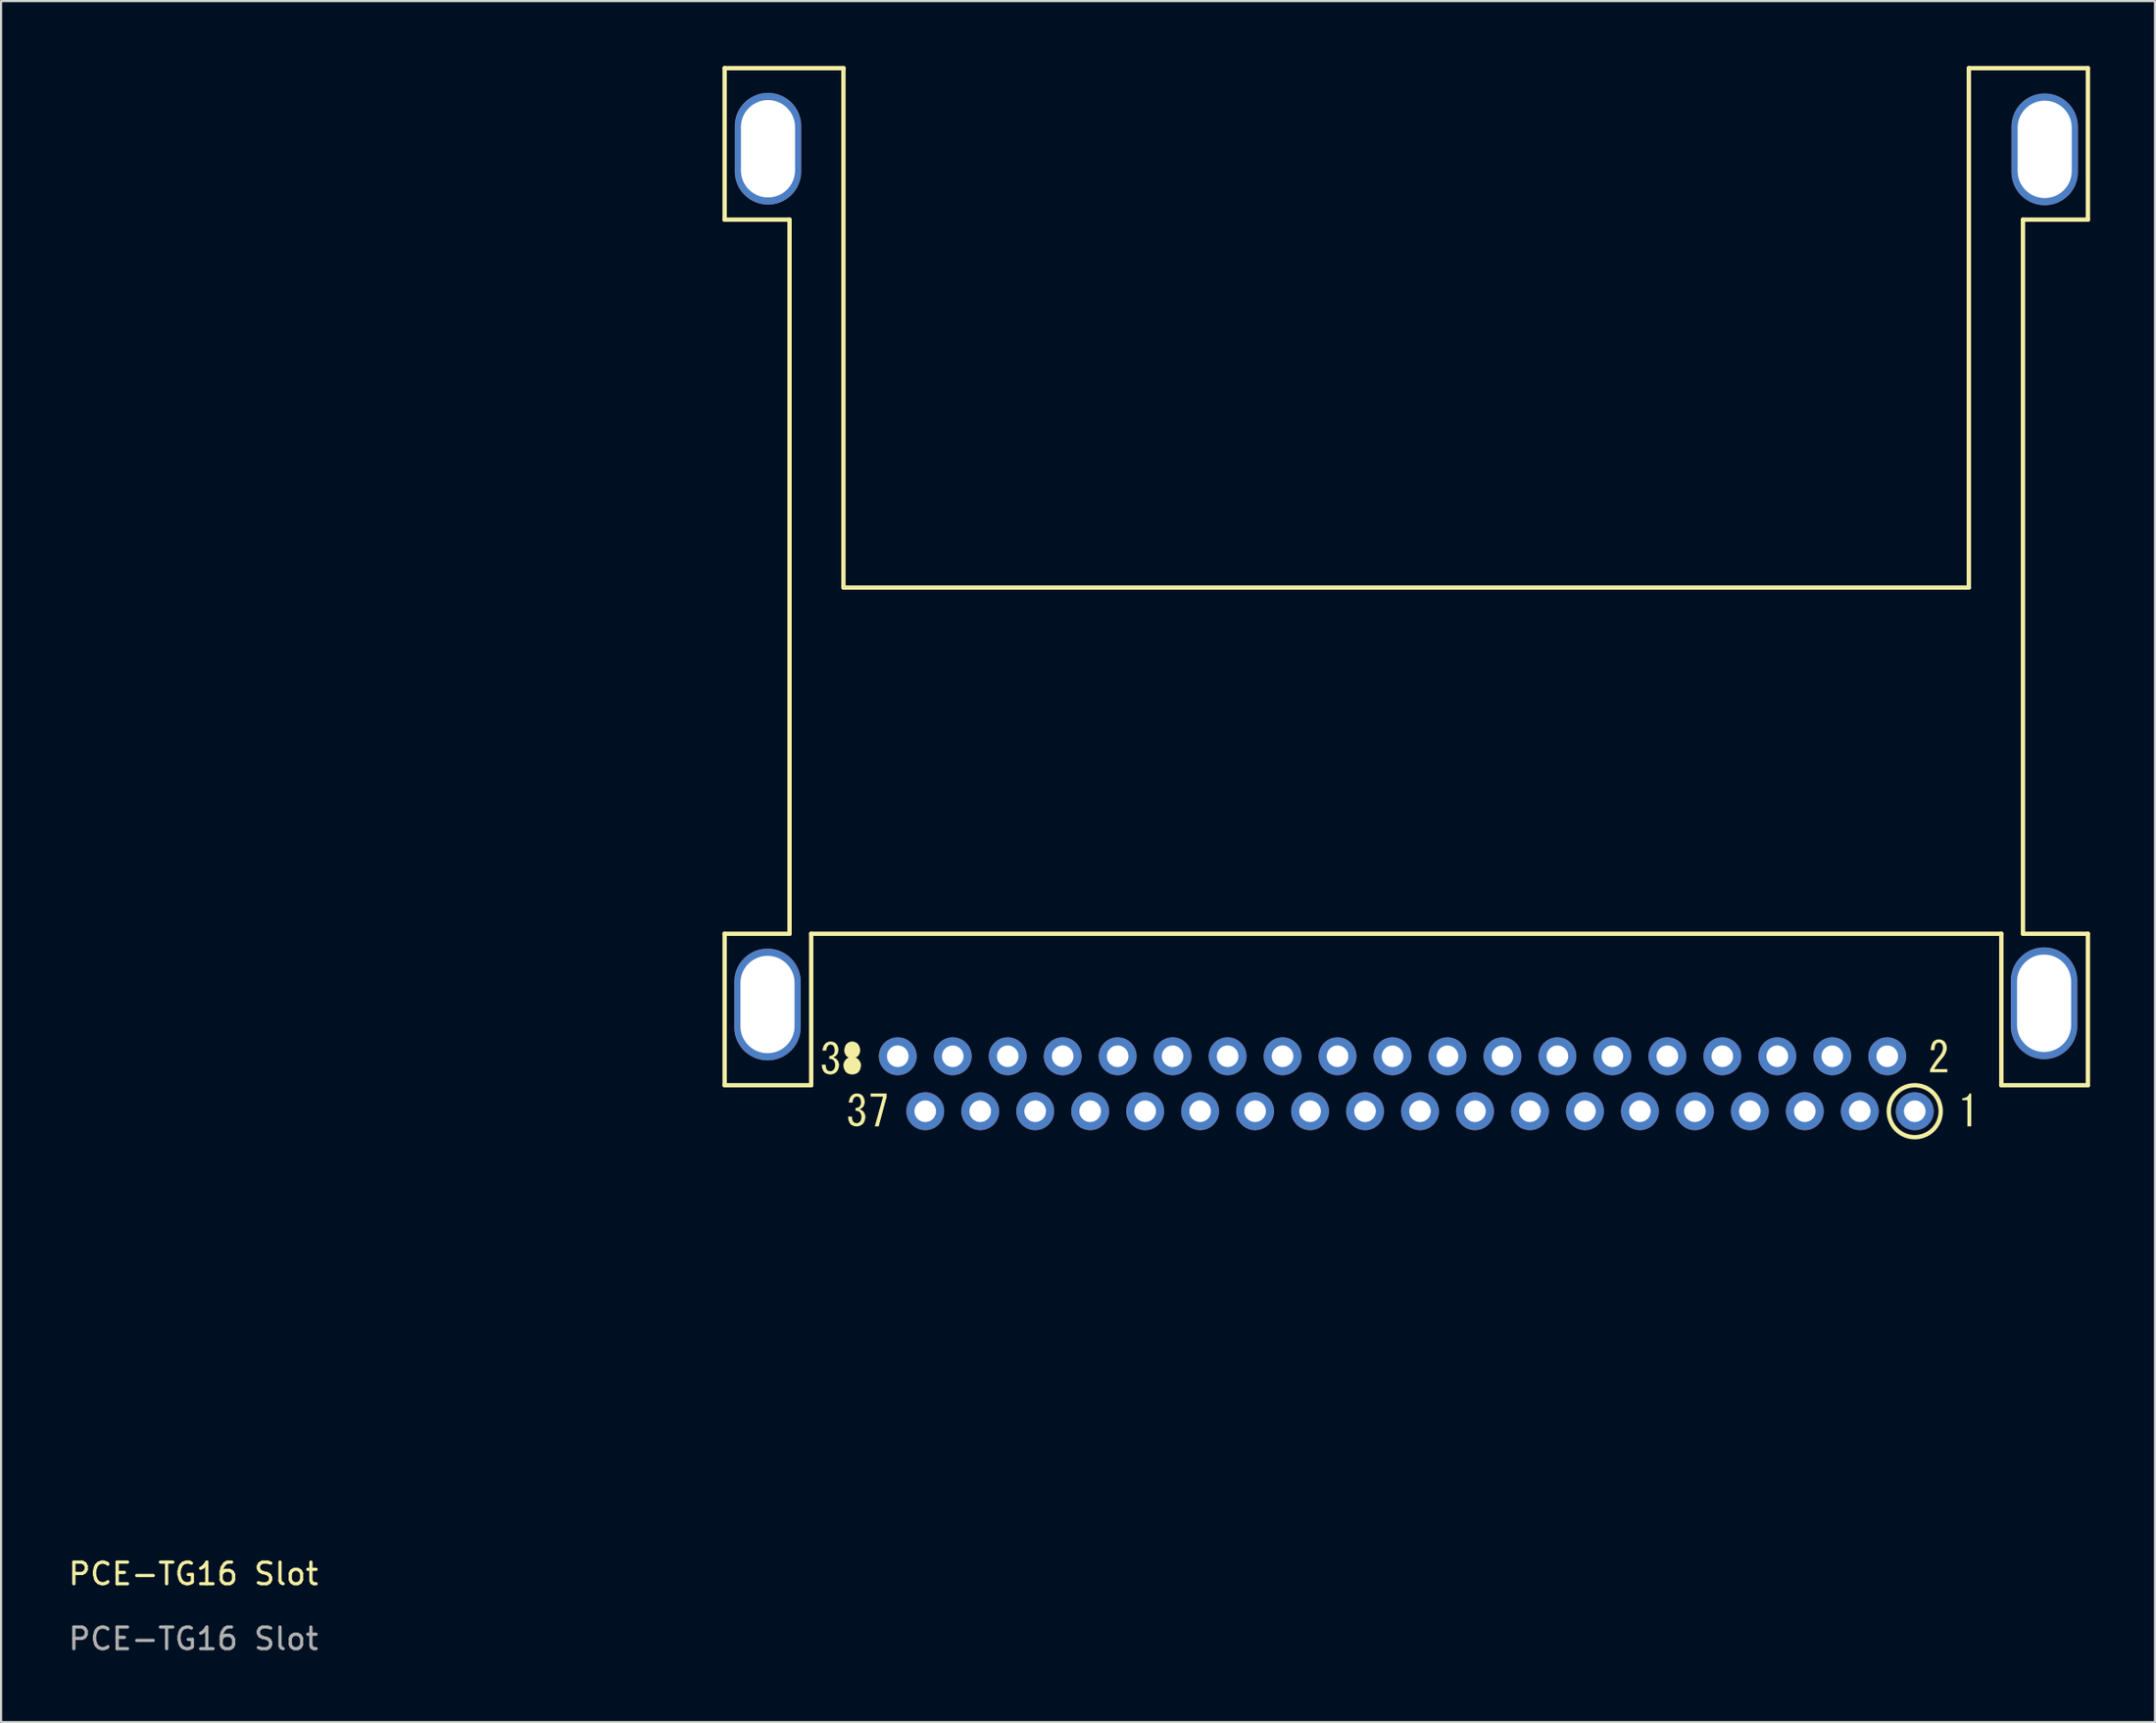
<source format=kicad_pcb>
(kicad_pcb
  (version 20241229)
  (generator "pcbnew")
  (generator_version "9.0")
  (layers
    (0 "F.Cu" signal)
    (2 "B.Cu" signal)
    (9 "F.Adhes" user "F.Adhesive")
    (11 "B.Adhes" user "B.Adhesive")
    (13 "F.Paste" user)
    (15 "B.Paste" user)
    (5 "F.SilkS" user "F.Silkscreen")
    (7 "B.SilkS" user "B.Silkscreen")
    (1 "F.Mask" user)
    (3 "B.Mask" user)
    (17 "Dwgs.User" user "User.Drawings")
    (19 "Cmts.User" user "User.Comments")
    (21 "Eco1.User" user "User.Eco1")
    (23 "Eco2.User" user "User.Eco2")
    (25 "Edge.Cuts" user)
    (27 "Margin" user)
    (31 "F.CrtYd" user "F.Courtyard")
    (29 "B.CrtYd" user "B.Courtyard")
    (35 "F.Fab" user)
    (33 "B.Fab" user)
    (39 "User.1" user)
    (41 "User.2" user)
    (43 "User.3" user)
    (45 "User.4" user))
  (footprint "PCE-TG16 Slot"
    (layer "F.Cu")
    (at 5.887 70.18)
    (property "Reference" "PCE-TG16 Slot" (at 0 -0.5 0) (unlocked yes) (layer "F.SilkS") (effects (font (size 1 1) (thickness 0.15))))
    (fp_line (start 24.545 -70.08) (end 30.045 -70.08) (stroke (width 0.2) (type solid)) (layer "F.SilkS"))
    (fp_line (start 24.545 -63.08) (end 24.545 -70.08) (stroke (width 0.2) (type solid)) (layer "F.SilkS"))
    (fp_line (start 24.545 -63.08) (end 27.545 -63.08) (stroke (width 0.2) (type solid)) (layer "F.SilkS"))
    (fp_line (start 24.545 -30.08) (end 27.545 -30.08) (stroke (width 0.2) (type solid)) (layer "F.SilkS"))
    (fp_line (start 24.545 -23.08) (end 24.545 -30.08) (stroke (width 0.2) (type solid)) (layer "F.SilkS"))
    (fp_line (start 24.545 -23.08) (end 28.545 -23.08) (stroke (width 0.2) (type solid)) (layer "F.SilkS"))
    (fp_line (start 27.545 -30.08) (end 27.545 -63.08) (stroke (width 0.2) (type solid)) (layer "F.SilkS"))
    (fp_line (start 28.545 -30.08) (end 83.535 -30.08) (stroke (width 0.2) (type solid)) (layer "F.SilkS"))
    (fp_line (start 28.545 -23.08) (end 28.545 -30.08) (stroke (width 0.2) (type solid)) (layer "F.SilkS"))
    (fp_line (start 30.035 -46.08) (end 30.035 -70.07) (stroke (width 0.2) (type solid)) (layer "F.SilkS"))
    (fp_line (start 30.035 -46.08) (end 82.035 -46.08) (stroke (width 0.2) (type solid)) (layer "F.SilkS"))
    (fp_line (start 82.035 -70.08) (end 87.535 -70.08) (stroke (width 0.2) (type solid)) (layer "F.SilkS"))
    (fp_line (start 82.035 -46.08) (end 82.035 -70.08) (stroke (width 0.2) (type solid)) (layer "F.SilkS"))
    (fp_line (start 83.535 -23.08) (end 83.535 -30.08) (stroke (width 0.2) (type solid)) (layer "F.SilkS"))
    (fp_line (start 83.535 -23.08) (end 87.535 -23.08) (stroke (width 0.2) (type solid)) (layer "F.SilkS"))
    (fp_line (start 84.535 -63.08) (end 84.535 -30.08) (stroke (width 0.2) (type solid)) (layer "F.SilkS"))
    (fp_line (start 84.535 -63.08) (end 87.535 -63.08) (stroke (width 0.2) (type solid)) (layer "F.SilkS"))
    (fp_line (start 84.535 -30.08) (end 87.535 -30.08) (stroke (width 0.2) (type solid)) (layer "F.SilkS"))
    (fp_line (start 87.535 -63.08) (end 87.535 -70.08) (stroke (width 0.2) (type solid)) (layer "F.SilkS"))
    (fp_line (start 87.535 -23.08) (end 87.535 -30.08) (stroke (width 0.2) (type solid)) (layer "F.SilkS"))
    (fp_circle (center 79.535 -21.88) (end 80.735 -21.88) (stroke (width 0.2) (type solid)) (fill no) (layer "F.SilkS"))
    (fp_poly (pts (xy 32.03 -22.538) (xy 31.663 -21.18) (xy 31.483 -21.18) (xy 31.866 -22.553) (xy 31.289 -22.553) (xy 31.289 -22.701) (xy 32.03 -22.701)) (stroke (width 0) (type solid)) (fill yes) (layer "F.SilkS"))
    (fp_poly (pts (xy 82.147 -21.18) (xy 81.968 -21.18) (xy 81.968 -21.789) (xy 81.968 -22.389) (xy 81.733 -22.389) (xy 81.733 -22.482) (xy 81.746 -22.482) (xy 81.758 -22.484) (xy 81.776 -22.486) (xy 81.799 -22.489) (xy 81.822 -22.493) (xy 81.848 -22.5) (xy 81.876 -22.51) (xy 81.904 -22.521) (xy 81.932 -22.536) (xy 81.958 -22.553) (xy 81.984 -22.575) (xy 82.007 -22.6) (xy 82.026 -22.629) (xy 82.043 -22.663) (xy 82.054 -22.701) (xy 82.147 -22.701)) (stroke (width 0) (type solid)) (fill yes) (layer "F.SilkS"))
    (fp_poly (pts (xy 30.44 -24.96) (xy 30.433 -24.96) (xy 30.427 -24.959) (xy 30.412 -24.957) (xy 30.394 -24.953) (xy 30.373 -24.947) (xy 30.351 -24.938) (xy 30.329 -24.924) (xy 30.307 -24.906) (xy 30.307 -24.904) (xy 30.304 -24.903) (xy 30.301 -24.899) (xy 30.297 -24.893) (xy 30.293 -24.886) (xy 30.287 -24.878) (xy 30.282 -24.867) (xy 30.276 -24.856) (xy 30.269 -24.841) (xy 30.264 -24.825) (xy 30.258 -24.807) (xy 30.254 -24.788) (xy 30.25 -24.766) (xy 30.247 -24.742) (xy 30.246 -24.716) (xy 30.244 -24.688) (xy 30.244 -24.68) (xy 30.244 -24.678) (xy 30.244 -24.674) (xy 30.244 -24.666) (xy 30.246 -24.657) (xy 30.246 -24.645) (xy 30.247 -24.633) (xy 30.253 -24.602) (xy 30.26 -24.569) (xy 30.271 -24.535) (xy 30.286 -24.504) (xy 30.296 -24.49) (xy 30.307 -24.477) (xy 30.309 -24.474) (xy 30.317 -24.469) (xy 30.329 -24.459) (xy 30.344 -24.45) (xy 30.364 -24.44) (xy 30.386 -24.43) (xy 30.412 -24.424) (xy 30.44 -24.422) (xy 30.447 -24.422) (xy 30.452 -24.423) (xy 30.468 -24.424) (xy 30.486 -24.429) (xy 30.506 -24.436) (xy 30.529 -24.445) (xy 30.551 -24.459) (xy 30.573 -24.477) (xy 30.574 -24.479) (xy 30.576 -24.48) (xy 30.579 -24.484) (xy 30.583 -24.49) (xy 30.587 -24.497) (xy 30.593 -24.505) (xy 30.598 -24.515) (xy 30.605 -24.526) (xy 30.61 -24.54) (xy 30.616 -24.553) (xy 30.622 -24.57) (xy 30.626 -24.59) (xy 30.63 -24.609) (xy 30.633 -24.631) (xy 30.636 -24.655) (xy 30.636 -24.68) (xy 30.636 -24.688) (xy 30.636 -24.689) (xy 30.636 -24.695) (xy 30.636 -24.703) (xy 30.634 -24.713) (xy 30.634 -24.726) (xy 30.633 -24.741) (xy 30.63 -24.756) (xy 30.627 -24.774) (xy 30.62 -24.81) (xy 30.609 -24.846) (xy 30.602 -24.863) (xy 30.594 -24.878) (xy 30.584 -24.893) (xy 30.573 -24.906) (xy 30.57 -24.909) (xy 30.563 -24.914) (xy 30.551 -24.922) (xy 30.536 -24.933) (xy 30.516 -24.943) (xy 30.494 -24.951) (xy 30.468 -24.957)) (stroke (width 0) (type solid)) (fill yes) (layer "F.SilkS"))
    (fp_poly (pts (xy 30.455 -24.29) (xy 30.432 -24.29) (xy 30.426 -24.289) (xy 30.409 -24.287) (xy 30.389 -24.282) (xy 30.366 -24.275) (xy 30.341 -24.264) (xy 30.317 -24.248) (xy 30.304 -24.239) (xy 30.291 -24.228) (xy 30.29 -24.226) (xy 30.289 -24.224) (xy 30.285 -24.219) (xy 30.279 -24.214) (xy 30.273 -24.205) (xy 30.267 -24.196) (xy 30.26 -24.185) (xy 30.253 -24.172) (xy 30.246 -24.157) (xy 30.239 -24.142) (xy 30.232 -24.124) (xy 30.226 -24.106) (xy 30.221 -24.085) (xy 30.217 -24.064) (xy 30.215 -24.04) (xy 30.214 -24.017) (xy 30.214 -24.015) (xy 30.214 -24.01) (xy 30.214 -24.002) (xy 30.215 -23.992) (xy 30.217 -23.978) (xy 30.218 -23.963) (xy 30.221 -23.946) (xy 30.224 -23.929) (xy 30.233 -23.891) (xy 30.247 -23.852) (xy 30.256 -23.832) (xy 30.267 -23.814) (xy 30.278 -23.798) (xy 30.291 -23.782) (xy 30.293 -23.782) (xy 30.294 -23.78) (xy 30.303 -23.773) (xy 30.317 -23.763) (xy 30.333 -23.752) (xy 30.355 -23.739) (xy 30.38 -23.73) (xy 30.409 -23.723) (xy 30.425 -23.721) (xy 30.44 -23.72) (xy 30.448 -23.72) (xy 30.454 -23.721) (xy 30.47 -23.723) (xy 30.491 -23.728) (xy 30.513 -23.735) (xy 30.538 -23.746) (xy 30.565 -23.762) (xy 30.576 -23.771) (xy 30.588 -23.782) (xy 30.59 -23.784) (xy 30.591 -23.787) (xy 30.595 -23.791) (xy 30.601 -23.798) (xy 30.606 -23.805) (xy 30.613 -23.816) (xy 30.62 -23.827) (xy 30.627 -23.841) (xy 30.634 -23.856) (xy 30.641 -23.874) (xy 30.648 -23.893) (xy 30.654 -23.914) (xy 30.659 -23.936) (xy 30.663 -23.961) (xy 30.665 -23.989) (xy 30.666 -24.017) (xy 30.666 -24.018) (xy 30.666 -24.022) (xy 30.666 -24.029) (xy 30.665 -24.039) (xy 30.663 -24.05) (xy 30.662 -24.063) (xy 30.659 -24.076) (xy 30.656 -24.093) (xy 30.646 -24.126) (xy 30.633 -24.161) (xy 30.624 -24.179) (xy 30.615 -24.196) (xy 30.602 -24.212) (xy 30.588 -24.228) (xy 30.588 -24.229) (xy 30.585 -24.23) (xy 30.577 -24.237) (xy 30.565 -24.247) (xy 30.547 -24.259) (xy 30.524 -24.271) (xy 30.5 -24.28) (xy 30.47 -24.287)) (stroke (width 0) (type solid)) (fill yes) (layer "F.SilkS"))
    (fp_poly (pts (xy 80.68 -25.2) (xy 80.693 -25.198) (xy 80.708 -25.196) (xy 80.725 -25.193) (xy 80.743 -25.189) (xy 80.762 -25.183) (xy 80.781 -25.176) (xy 80.802 -25.168) (xy 80.823 -25.158) (xy 80.844 -25.147) (xy 80.865 -25.133) (xy 80.885 -25.118) (xy 80.905 -25.1) (xy 80.906 -25.099) (xy 80.909 -25.095) (xy 80.915 -25.089) (xy 80.921 -25.079) (xy 80.93 -25.068) (xy 80.939 -25.056) (xy 80.949 -25.039) (xy 80.96 -25.021) (xy 80.97 -25) (xy 80.98 -24.978) (xy 80.989 -24.953) (xy 80.998 -24.925) (xy 81.005 -24.896) (xy 81.01 -24.864) (xy 81.013 -24.831) (xy 81.014 -24.795) (xy 81.014 -24.792) (xy 81.014 -24.785) (xy 81.013 -24.773) (xy 81.012 -24.756) (xy 81.007 -24.735) (xy 81.003 -24.71) (xy 80.996 -24.683) (xy 80.988 -24.652) (xy 80.977 -24.617) (xy 80.963 -24.581) (xy 80.946 -24.543) (xy 80.926 -24.502) (xy 80.902 -24.461) (xy 80.873 -24.416) (xy 80.841 -24.372) (xy 80.804 -24.328) (xy 80.804 -24.326) (xy 80.801 -24.325) (xy 80.798 -24.321) (xy 80.794 -24.317) (xy 80.781 -24.303) (xy 80.766 -24.283) (xy 80.747 -24.261) (xy 80.725 -24.233) (xy 80.7 -24.203) (xy 80.672 -24.168) (xy 80.643 -24.132) (xy 80.612 -24.092) (xy 80.582 -24.052) (xy 80.55 -24.009) (xy 80.487 -23.919) (xy 80.458 -23.874) (xy 80.429 -23.828) (xy 81.038 -23.828) (xy 81.038 -23.68) (xy 80.242 -23.68) (xy 80.242 -23.805) (xy 80.242 -23.806) (xy 80.245 -23.809) (xy 80.246 -23.813) (xy 80.25 -23.82) (xy 80.254 -23.828) (xy 80.26 -23.838) (xy 80.267 -23.849) (xy 80.274 -23.862) (xy 80.282 -23.877) (xy 80.292 -23.892) (xy 80.313 -23.927) (xy 80.338 -23.967) (xy 80.365 -24.01) (xy 80.396 -24.059) (xy 80.429 -24.108) (xy 80.467 -24.161) (xy 80.505 -24.217) (xy 80.547 -24.272) (xy 80.591 -24.329) (xy 80.639 -24.387) (xy 80.687 -24.444) (xy 80.689 -24.445) (xy 80.694 -24.452) (xy 80.701 -24.461) (xy 80.711 -24.475) (xy 80.722 -24.49) (xy 80.734 -24.508) (xy 80.748 -24.53) (xy 80.762 -24.554) (xy 80.776 -24.58) (xy 80.788 -24.608) (xy 80.801 -24.637) (xy 80.812 -24.669) (xy 80.822 -24.701) (xy 80.829 -24.734) (xy 80.834 -24.769) (xy 80.835 -24.803) (xy 80.835 -24.805) (xy 80.835 -24.809) (xy 80.835 -24.816) (xy 80.834 -24.826) (xy 80.833 -24.837) (xy 80.831 -24.849) (xy 80.83 -24.863) (xy 80.827 -24.878) (xy 80.819 -24.91) (xy 80.806 -24.945) (xy 80.798 -24.961) (xy 80.788 -24.977) (xy 80.777 -24.992) (xy 80.765 -25.006) (xy 80.762 -25.007) (xy 80.756 -25.013) (xy 80.745 -25.021) (xy 80.731 -25.029) (xy 80.713 -25.038) (xy 80.693 -25.046) (xy 80.668 -25.052) (xy 80.64 -25.053) (xy 80.637 -25.053) (xy 80.629 -25.052) (xy 80.616 -25.05) (xy 80.601 -25.045) (xy 80.582 -25.038) (xy 80.561 -25.027) (xy 80.539 -25.011) (xy 80.526 -25.002) (xy 80.515 -24.991) (xy 80.514 -24.989) (xy 80.512 -24.988) (xy 80.508 -24.982) (xy 80.504 -24.977) (xy 80.499 -24.967) (xy 80.493 -24.957) (xy 80.486 -24.943) (xy 80.481 -24.928) (xy 80.474 -24.91) (xy 80.467 -24.889) (xy 80.461 -24.866) (xy 80.456 -24.839) (xy 80.451 -24.81) (xy 80.447 -24.777) (xy 80.446 -24.741) (xy 80.444 -24.702) (xy 80.274 -24.702) (xy 80.274 -24.703) (xy 80.274 -24.705) (xy 80.274 -24.709) (xy 80.274 -24.715) (xy 80.275 -24.728) (xy 80.277 -24.748) (xy 80.279 -24.771) (xy 80.282 -24.798) (xy 80.288 -24.827) (xy 80.293 -24.857) (xy 80.3 -24.891) (xy 80.308 -24.924) (xy 80.32 -24.957) (xy 80.332 -24.991) (xy 80.347 -25.024) (xy 80.364 -25.054) (xy 80.383 -25.082) (xy 80.406 -25.107) (xy 80.407 -25.108) (xy 80.41 -25.111) (xy 80.415 -25.115) (xy 80.422 -25.122) (xy 80.432 -25.129) (xy 80.443 -25.137) (xy 80.457 -25.146) (xy 80.472 -25.154) (xy 80.489 -25.163) (xy 80.508 -25.172) (xy 80.529 -25.179) (xy 80.551 -25.186) (xy 80.575 -25.193) (xy 80.6 -25.197) (xy 80.627 -25.2) (xy 80.655 -25.201) (xy 80.669 -25.201)) (stroke (width 0) (type solid)) (fill yes) (layer "F.SilkS"))
    (fp_poly (pts (xy 30.465 -25.1) (xy 30.477 -25.099) (xy 30.493 -25.096) (xy 30.509 -25.093) (xy 30.527 -25.089) (xy 30.547 -25.083) (xy 30.566 -25.076) (xy 30.587 -25.068) (xy 30.608 -25.058) (xy 30.628 -25.047) (xy 30.649 -25.033) (xy 30.67 -25.018) (xy 30.689 -25) (xy 30.691 -24.999) (xy 30.695 -24.994) (xy 30.701 -24.988) (xy 30.708 -24.979) (xy 30.717 -24.967) (xy 30.727 -24.953) (xy 30.737 -24.936) (xy 30.748 -24.917) (xy 30.759 -24.896) (xy 30.769 -24.872) (xy 30.78 -24.846) (xy 30.788 -24.818) (xy 30.795 -24.789) (xy 30.8 -24.757) (xy 30.805 -24.724) (xy 30.806 -24.688) (xy 30.806 -24.68) (xy 30.806 -24.678) (xy 30.806 -24.673) (xy 30.806 -24.666) (xy 30.805 -24.655) (xy 30.803 -24.642) (xy 30.8 -24.627) (xy 30.796 -24.61) (xy 30.792 -24.592) (xy 30.787 -24.572) (xy 30.78 -24.552) (xy 30.771 -24.53) (xy 30.76 -24.508) (xy 30.748 -24.487) (xy 30.734 -24.465) (xy 30.717 -24.443) (xy 30.698 -24.422) (xy 30.697 -24.42) (xy 30.691 -24.415) (xy 30.681 -24.408) (xy 30.67 -24.4) (xy 30.655 -24.39) (xy 30.638 -24.379) (xy 30.617 -24.369) (xy 30.595 -24.359) (xy 30.597 -24.359) (xy 30.598 -24.358) (xy 30.602 -24.357) (xy 30.608 -24.355) (xy 30.62 -24.35) (xy 30.637 -24.341) (xy 30.656 -24.33) (xy 30.678 -24.316) (xy 30.699 -24.301) (xy 30.72 -24.282) (xy 30.721 -24.28) (xy 30.726 -24.276) (xy 30.731 -24.269) (xy 30.739 -24.259) (xy 30.749 -24.248) (xy 30.76 -24.235) (xy 30.771 -24.219) (xy 30.782 -24.201) (xy 30.794 -24.183) (xy 30.806 -24.162) (xy 30.816 -24.14) (xy 30.825 -24.117) (xy 30.834 -24.093) (xy 30.839 -24.068) (xy 30.843 -24.043) (xy 30.845 -24.017) (xy 30.845 -24.014) (xy 30.845 -24.007) (xy 30.843 -23.996) (xy 30.843 -23.982) (xy 30.841 -23.964) (xy 30.838 -23.943) (xy 30.834 -23.921) (xy 30.83 -23.896) (xy 30.823 -23.87) (xy 30.814 -23.842) (xy 30.805 -23.814) (xy 30.792 -23.787) (xy 30.778 -23.759) (xy 30.762 -23.731) (xy 30.742 -23.706) (xy 30.72 -23.681) (xy 30.719 -23.68) (xy 30.716 -23.677) (xy 30.709 -23.672) (xy 30.702 -23.666) (xy 30.691 -23.658) (xy 30.678 -23.649) (xy 30.665 -23.64) (xy 30.646 -23.631) (xy 30.628 -23.622) (xy 30.608 -23.612) (xy 30.584 -23.604) (xy 30.559 -23.595) (xy 30.533 -23.59) (xy 30.504 -23.584) (xy 30.473 -23.581) (xy 30.44 -23.58) (xy 30.432 -23.58) (xy 30.423 -23.581) (xy 30.411 -23.581) (xy 30.395 -23.583) (xy 30.378 -23.585) (xy 30.358 -23.588) (xy 30.337 -23.592) (xy 30.315 -23.598) (xy 30.293 -23.605) (xy 30.269 -23.613) (xy 30.246 -23.623) (xy 30.222 -23.634) (xy 30.2 -23.648) (xy 30.179 -23.663) (xy 30.158 -23.681) (xy 30.157 -23.683) (xy 30.153 -23.687) (xy 30.147 -23.694) (xy 30.139 -23.703) (xy 30.129 -23.717) (xy 30.119 -23.733) (xy 30.107 -23.749) (xy 30.096 -23.77) (xy 30.085 -23.792) (xy 30.074 -23.819) (xy 30.063 -23.846) (xy 30.053 -23.875) (xy 30.045 -23.907) (xy 30.039 -23.942) (xy 30.035 -23.978) (xy 30.034 -24.017) (xy 30.034 -24.018) (xy 30.034 -24.024) (xy 30.035 -24.031) (xy 30.035 -24.04) (xy 30.038 -24.053) (xy 30.041 -24.068) (xy 30.045 -24.085) (xy 30.049 -24.103) (xy 30.056 -24.122) (xy 30.064 -24.143) (xy 30.074 -24.165) (xy 30.086 -24.187) (xy 30.1 -24.211) (xy 30.117 -24.235) (xy 30.136 -24.258) (xy 30.158 -24.282) (xy 30.161 -24.285) (xy 30.168 -24.29) (xy 30.179 -24.3) (xy 30.194 -24.312) (xy 30.214 -24.325) (xy 30.235 -24.337) (xy 30.258 -24.35) (xy 30.283 -24.359) (xy 30.28 -24.361) (xy 30.273 -24.363) (xy 30.261 -24.369) (xy 30.247 -24.376) (xy 30.23 -24.384) (xy 30.214 -24.395) (xy 30.197 -24.408) (xy 30.182 -24.422) (xy 30.181 -24.423) (xy 30.178 -24.427) (xy 30.172 -24.433) (xy 30.165 -24.441) (xy 30.157 -24.452) (xy 30.147 -24.465) (xy 30.138 -24.479) (xy 30.128 -24.495) (xy 30.118 -24.513) (xy 30.108 -24.533) (xy 30.099 -24.553) (xy 30.09 -24.577) (xy 30.084 -24.601) (xy 30.078 -24.626) (xy 30.075 -24.652) (xy 30.074 -24.68) (xy 30.074 -24.688) (xy 30.074 -24.691) (xy 30.074 -24.696) (xy 30.075 -24.707) (xy 30.075 -24.72) (xy 30.078 -24.737) (xy 30.079 -24.756) (xy 30.084 -24.777) (xy 30.089 -24.8) (xy 30.095 -24.824) (xy 30.103 -24.849) (xy 30.111 -24.875) (xy 30.122 -24.902) (xy 30.136 -24.928) (xy 30.151 -24.953) (xy 30.169 -24.977) (xy 30.19 -25) (xy 30.192 -25.002) (xy 30.194 -25.004) (xy 30.2 -25.01) (xy 30.208 -25.015) (xy 30.218 -25.024) (xy 30.23 -25.032) (xy 30.244 -25.042) (xy 30.26 -25.051) (xy 30.276 -25.06) (xy 30.296 -25.069) (xy 30.317 -25.078) (xy 30.339 -25.086) (xy 30.362 -25.092) (xy 30.387 -25.097) (xy 30.412 -25.1) (xy 30.44 -25.101) (xy 30.454 -25.101)) (stroke (width 0) (type solid)) (fill yes) (layer "F.SilkS"))
    (fp_poly (pts (xy 29.468 -25.1) (xy 29.48 -25.099) (xy 29.495 -25.096) (xy 29.512 -25.093) (xy 29.532 -25.09) (xy 29.57 -25.078) (xy 29.591 -25.071) (xy 29.612 -25.061) (xy 29.633 -25.051) (xy 29.654 -25.038) (xy 29.673 -25.024) (xy 29.691 -25.007) (xy 29.692 -25.006) (xy 29.695 -25.002) (xy 29.701 -24.996) (xy 29.708 -24.988) (xy 29.716 -24.977) (xy 29.726 -24.963) (xy 29.735 -24.947) (xy 29.747 -24.929) (xy 29.756 -24.91) (xy 29.766 -24.889) (xy 29.776 -24.864) (xy 29.784 -24.839) (xy 29.791 -24.811) (xy 29.796 -24.782) (xy 29.799 -24.752) (xy 29.801 -24.719) (xy 29.801 -24.717) (xy 29.801 -24.712) (xy 29.801 -24.703) (xy 29.799 -24.692) (xy 29.798 -24.678) (xy 29.796 -24.662) (xy 29.794 -24.645) (xy 29.79 -24.626) (xy 29.78 -24.585) (xy 29.773 -24.565) (xy 29.765 -24.544) (xy 29.755 -24.524) (xy 29.742 -24.505) (xy 29.73 -24.486) (xy 29.715 -24.469) (xy 29.713 -24.468) (xy 29.712 -24.466) (xy 29.708 -24.462) (xy 29.701 -24.456) (xy 29.687 -24.443) (xy 29.667 -24.427) (xy 29.644 -24.411) (xy 29.619 -24.394) (xy 29.593 -24.379) (xy 29.566 -24.368) (xy 29.568 -24.368) (xy 29.57 -24.366) (xy 29.576 -24.365) (xy 29.583 -24.362) (xy 29.591 -24.359) (xy 29.601 -24.355) (xy 29.623 -24.346) (xy 29.648 -24.333) (xy 29.674 -24.318) (xy 29.699 -24.301) (xy 29.721 -24.282) (xy 29.723 -24.28) (xy 29.726 -24.276) (xy 29.731 -24.271) (xy 29.738 -24.262) (xy 29.747 -24.251) (xy 29.756 -24.239) (xy 29.766 -24.225) (xy 29.777 -24.208) (xy 29.787 -24.189) (xy 29.796 -24.169) (xy 29.806 -24.147) (xy 29.814 -24.124) (xy 29.821 -24.099) (xy 29.827 -24.072) (xy 29.83 -24.046) (xy 29.831 -24.017) (xy 29.831 -24.014) (xy 29.831 -24.009) (xy 29.83 -23.997) (xy 29.83 -23.983) (xy 29.827 -23.965) (xy 29.824 -23.946) (xy 29.82 -23.924) (xy 29.816 -23.9) (xy 29.809 -23.874) (xy 29.801 -23.848) (xy 29.791 -23.821) (xy 29.778 -23.794) (xy 29.765 -23.766) (xy 29.748 -23.739) (xy 29.729 -23.715) (xy 29.706 -23.689) (xy 29.705 -23.688) (xy 29.701 -23.685) (xy 29.695 -23.68) (xy 29.687 -23.673) (xy 29.676 -23.665) (xy 29.663 -23.655) (xy 29.648 -23.645) (xy 29.631 -23.635) (xy 29.612 -23.624) (xy 29.591 -23.615) (xy 29.569 -23.605) (xy 29.545 -23.597) (xy 29.519 -23.59) (xy 29.491 -23.584) (xy 29.464 -23.581) (xy 29.433 -23.58) (xy 29.425 -23.58) (xy 29.416 -23.581) (xy 29.404 -23.581) (xy 29.389 -23.583) (xy 29.371 -23.585) (xy 29.351 -23.588) (xy 29.33 -23.592) (xy 29.31 -23.598) (xy 29.286 -23.605) (xy 29.262 -23.613) (xy 29.239 -23.623) (xy 29.217 -23.634) (xy 29.195 -23.648) (xy 29.172 -23.663) (xy 29.153 -23.681) (xy 29.151 -23.683) (xy 29.147 -23.687) (xy 29.142 -23.694) (xy 29.135 -23.703) (xy 29.125 -23.716) (xy 29.116 -23.731) (xy 29.104 -23.748) (xy 29.095 -23.769) (xy 29.084 -23.792) (xy 29.073 -23.819) (xy 29.063 -23.846) (xy 29.053 -23.878) (xy 29.046 -23.913) (xy 29.041 -23.95) (xy 29.036 -23.989) (xy 29.035 -24.032) (xy 29.215 -24.032) (xy 29.215 -24.031) (xy 29.215 -24.025) (xy 29.215 -24.015) (xy 29.215 -24.004) (xy 29.215 -23.991) (xy 29.217 -23.974) (xy 29.218 -23.956) (xy 29.221 -23.936) (xy 29.229 -23.896) (xy 29.235 -23.875) (xy 29.242 -23.855) (xy 29.25 -23.834) (xy 29.26 -23.816) (xy 29.271 -23.798) (xy 29.285 -23.782) (xy 29.287 -23.78) (xy 29.294 -23.774) (xy 29.307 -23.766) (xy 29.323 -23.756) (xy 29.346 -23.745) (xy 29.371 -23.737) (xy 29.4 -23.731) (xy 29.433 -23.728) (xy 29.441 -23.728) (xy 29.447 -23.73) (xy 29.462 -23.733) (xy 29.482 -23.737) (xy 29.504 -23.745) (xy 29.529 -23.758) (xy 29.543 -23.766) (xy 29.555 -23.776) (xy 29.569 -23.785) (xy 29.581 -23.798) (xy 29.583 -23.799) (xy 29.584 -23.8) (xy 29.588 -23.806) (xy 29.593 -23.812) (xy 29.598 -23.819) (xy 29.604 -23.828) (xy 29.611 -23.841) (xy 29.617 -23.853) (xy 29.623 -23.868) (xy 29.63 -23.887) (xy 29.636 -23.906) (xy 29.641 -23.927) (xy 29.645 -23.95) (xy 29.649 -23.975) (xy 29.651 -24.003) (xy 29.652 -24.032) (xy 29.652 -24.033) (xy 29.652 -24.038) (xy 29.652 -24.045) (xy 29.651 -24.053) (xy 29.649 -24.064) (xy 29.648 -24.076) (xy 29.645 -24.09) (xy 29.641 -24.106) (xy 29.631 -24.139) (xy 29.624 -24.155) (xy 29.616 -24.174) (xy 29.606 -24.192) (xy 29.594 -24.21) (xy 29.581 -24.226) (xy 29.566 -24.243) (xy 29.566 -24.244) (xy 29.563 -24.246) (xy 29.559 -24.248) (xy 29.555 -24.253) (xy 29.548 -24.257) (xy 29.54 -24.262) (xy 29.53 -24.268) (xy 29.519 -24.273) (xy 29.507 -24.279) (xy 29.493 -24.283) (xy 29.477 -24.289) (xy 29.461 -24.291) (xy 29.443 -24.296) (xy 29.423 -24.297) (xy 29.401 -24.298) (xy 29.379 -24.297) (xy 29.379 -24.43) (xy 29.384 -24.43) (xy 29.391 -24.431) (xy 29.4 -24.433) (xy 29.41 -24.434) (xy 29.422 -24.436) (xy 29.45 -24.443) (xy 29.48 -24.451) (xy 29.511 -24.463) (xy 29.54 -24.48) (xy 29.554 -24.49) (xy 29.566 -24.501) (xy 29.568 -24.502) (xy 29.569 -24.504) (xy 29.572 -24.508) (xy 29.576 -24.512) (xy 29.58 -24.519) (xy 29.586 -24.527) (xy 29.591 -24.537) (xy 29.598 -24.548) (xy 29.604 -24.56) (xy 29.609 -24.574) (xy 29.615 -24.59) (xy 29.619 -24.606) (xy 29.623 -24.624) (xy 29.626 -24.644) (xy 29.629 -24.666) (xy 29.629 -24.688) (xy 29.629 -24.689) (xy 29.629 -24.695) (xy 29.629 -24.703) (xy 29.627 -24.713) (xy 29.626 -24.727) (xy 29.624 -24.741) (xy 29.623 -24.757) (xy 29.62 -24.774) (xy 29.612 -24.811) (xy 29.599 -24.849) (xy 29.591 -24.867) (xy 29.581 -24.884) (xy 29.57 -24.9) (xy 29.558 -24.914) (xy 29.556 -24.916) (xy 29.549 -24.921) (xy 29.54 -24.928) (xy 29.526 -24.938) (xy 29.509 -24.946) (xy 29.49 -24.953) (xy 29.466 -24.959) (xy 29.441 -24.96) (xy 29.43 -24.96) (xy 29.416 -24.957) (xy 29.4 -24.954) (xy 29.382 -24.949) (xy 29.362 -24.94) (xy 29.343 -24.929) (xy 29.325 -24.914) (xy 29.323 -24.913) (xy 29.322 -24.91) (xy 29.318 -24.906) (xy 29.312 -24.899) (xy 29.307 -24.89) (xy 29.3 -24.881) (xy 29.292 -24.868) (xy 29.285 -24.856) (xy 29.276 -24.839) (xy 29.269 -24.823) (xy 29.262 -24.803) (xy 29.256 -24.782) (xy 29.25 -24.759) (xy 29.244 -24.734) (xy 29.242 -24.707) (xy 29.239 -24.68) (xy 29.067 -24.68) (xy 29.067 -24.683) (xy 29.067 -24.688) (xy 29.068 -24.699) (xy 29.07 -24.713) (xy 29.073 -24.731) (xy 29.077 -24.75) (xy 29.081 -24.773) (xy 29.086 -24.796) (xy 29.095 -24.823) (xy 29.103 -24.849) (xy 29.114 -24.875) (xy 29.127 -24.903) (xy 29.142 -24.931) (xy 29.159 -24.957) (xy 29.178 -24.983) (xy 29.2 -25.007) (xy 29.201 -25.008) (xy 29.204 -25.011) (xy 29.21 -25.015) (xy 29.217 -25.022) (xy 29.226 -25.029) (xy 29.238 -25.038) (xy 29.25 -25.046) (xy 29.265 -25.054) (xy 29.282 -25.062) (xy 29.3 -25.072) (xy 29.319 -25.079) (xy 29.341 -25.086) (xy 29.364 -25.093) (xy 29.389 -25.097) (xy 29.414 -25.1) (xy 29.441 -25.101) (xy 29.457 -25.101)) (stroke (width 0) (type solid)) (fill yes) (layer "F.SilkS"))
    (fp_poly (pts (xy 30.683 -22.7) (xy 30.695 -22.698) (xy 30.711 -22.696) (xy 30.727 -22.693) (xy 30.747 -22.69) (xy 30.786 -22.678) (xy 30.806 -22.671) (xy 30.827 -22.661) (xy 30.848 -22.651) (xy 30.869 -22.637) (xy 30.888 -22.624) (xy 30.906 -22.607) (xy 30.908 -22.606) (xy 30.91 -22.602) (xy 30.916 -22.596) (xy 30.923 -22.588) (xy 30.931 -22.576) (xy 30.941 -22.563) (xy 30.951 -22.547) (xy 30.962 -22.529) (xy 30.971 -22.51) (xy 30.981 -22.489) (xy 30.991 -22.464) (xy 30.999 -22.439) (xy 31.006 -22.412) (xy 31.012 -22.382) (xy 31.014 -22.352) (xy 31.016 -22.319) (xy 31.016 -22.317) (xy 31.016 -22.312) (xy 31.016 -22.303) (xy 31.014 -22.292) (xy 31.013 -22.278) (xy 31.012 -22.262) (xy 31.009 -22.245) (xy 31.005 -22.226) (xy 30.995 -22.185) (xy 30.988 -22.165) (xy 30.98 -22.144) (xy 30.97 -22.124) (xy 30.958 -22.105) (xy 30.945 -22.086) (xy 30.93 -22.069) (xy 30.928 -22.067) (xy 30.927 -22.066) (xy 30.923 -22.062) (xy 30.916 -22.056) (xy 30.902 -22.043) (xy 30.883 -22.027) (xy 30.859 -22.011) (xy 30.834 -21.994) (xy 30.808 -21.979) (xy 30.782 -21.968) (xy 30.783 -21.968) (xy 30.786 -21.966) (xy 30.791 -21.965) (xy 30.798 -21.962) (xy 30.806 -21.959) (xy 30.816 -21.955) (xy 30.838 -21.945) (xy 30.863 -21.933) (xy 30.89 -21.918) (xy 30.915 -21.901) (xy 30.937 -21.882) (xy 30.938 -21.88) (xy 30.941 -21.876) (xy 30.947 -21.871) (xy 30.953 -21.862) (xy 30.962 -21.851) (xy 30.971 -21.839) (xy 30.981 -21.825) (xy 30.992 -21.808) (xy 31.002 -21.789) (xy 31.012 -21.769) (xy 31.021 -21.747) (xy 31.03 -21.724) (xy 31.037 -21.699) (xy 31.042 -21.672) (xy 31.045 -21.646) (xy 31.046 -21.617) (xy 31.046 -21.614) (xy 31.046 -21.608) (xy 31.045 -21.597) (xy 31.045 -21.584) (xy 31.042 -21.566) (xy 31.039 -21.546) (xy 31.035 -21.524) (xy 31.031 -21.5) (xy 31.024 -21.474) (xy 31.016 -21.448) (xy 31.006 -21.421) (xy 30.994 -21.393) (xy 30.98 -21.366) (xy 30.963 -21.339) (xy 30.944 -21.314) (xy 30.922 -21.29) (xy 30.92 -21.288) (xy 30.916 -21.285) (xy 30.91 -21.28) (xy 30.902 -21.273) (xy 30.891 -21.265) (xy 30.878 -21.255) (xy 30.863 -21.245) (xy 30.847 -21.235) (xy 30.827 -21.224) (xy 30.806 -21.215) (xy 30.784 -21.205) (xy 30.761 -21.197) (xy 30.734 -21.19) (xy 30.707 -21.184) (xy 30.679 -21.181) (xy 30.648 -21.18) (xy 30.64 -21.18) (xy 30.632 -21.181) (xy 30.619 -21.181) (xy 30.604 -21.183) (xy 30.586 -21.186) (xy 30.567 -21.188) (xy 30.546 -21.192) (xy 30.525 -21.198) (xy 30.501 -21.205) (xy 30.478 -21.213) (xy 30.454 -21.223) (xy 30.432 -21.234) (xy 30.41 -21.248) (xy 30.388 -21.263) (xy 30.368 -21.281) (xy 30.367 -21.283) (xy 30.363 -21.287) (xy 30.357 -21.294) (xy 30.35 -21.303) (xy 30.34 -21.316) (xy 30.331 -21.331) (xy 30.32 -21.348) (xy 30.31 -21.369) (xy 30.299 -21.392) (xy 30.288 -21.419) (xy 30.278 -21.446) (xy 30.268 -21.478) (xy 30.261 -21.513) (xy 30.256 -21.55) (xy 30.252 -21.589) (xy 30.25 -21.632) (xy 30.431 -21.632) (xy 30.431 -21.631) (xy 30.431 -21.625) (xy 30.431 -21.615) (xy 30.431 -21.604) (xy 30.431 -21.59) (xy 30.432 -21.574) (xy 30.433 -21.556) (xy 30.436 -21.536) (xy 30.445 -21.496) (xy 30.45 -21.475) (xy 30.457 -21.455) (xy 30.465 -21.434) (xy 30.475 -21.416) (xy 30.486 -21.398) (xy 30.5 -21.382) (xy 30.503 -21.38) (xy 30.51 -21.374) (xy 30.522 -21.366) (xy 30.539 -21.356) (xy 30.561 -21.345) (xy 30.586 -21.337) (xy 30.615 -21.331) (xy 30.648 -21.328) (xy 30.657 -21.328) (xy 30.662 -21.33) (xy 30.677 -21.332) (xy 30.697 -21.337) (xy 30.719 -21.345) (xy 30.744 -21.358) (xy 30.758 -21.366) (xy 30.77 -21.375) (xy 30.784 -21.385) (xy 30.797 -21.398) (xy 30.798 -21.399) (xy 30.799 -21.401) (xy 30.804 -21.406) (xy 30.808 -21.412) (xy 30.813 -21.419) (xy 30.819 -21.428) (xy 30.826 -21.441) (xy 30.833 -21.453) (xy 30.838 -21.468) (xy 30.845 -21.486) (xy 30.851 -21.506) (xy 30.856 -21.527) (xy 30.86 -21.55) (xy 30.865 -21.575) (xy 30.866 -21.603) (xy 30.867 -21.632) (xy 30.867 -21.633) (xy 30.867 -21.638) (xy 30.867 -21.645) (xy 30.866 -21.653) (xy 30.865 -21.664) (xy 30.863 -21.676) (xy 30.86 -21.69) (xy 30.856 -21.706) (xy 30.847 -21.739) (xy 30.84 -21.756) (xy 30.831 -21.773) (xy 30.822 -21.791) (xy 30.809 -21.81) (xy 30.797 -21.826) (xy 30.782 -21.843) (xy 30.782 -21.844) (xy 30.779 -21.846) (xy 30.774 -21.848) (xy 30.77 -21.853) (xy 30.763 -21.857) (xy 30.755 -21.862) (xy 30.745 -21.868) (xy 30.734 -21.873) (xy 30.722 -21.879) (xy 30.708 -21.883) (xy 30.693 -21.889) (xy 30.676 -21.891) (xy 30.658 -21.896) (xy 30.639 -21.897) (xy 30.616 -21.898) (xy 30.594 -21.897) (xy 30.594 -22.03) (xy 30.6 -22.03) (xy 30.607 -22.032) (xy 30.615 -22.033) (xy 30.625 -22.034) (xy 30.637 -22.036) (xy 30.665 -22.043) (xy 30.695 -22.051) (xy 30.726 -22.063) (xy 30.755 -22.08) (xy 30.769 -22.09) (xy 30.782 -22.101) (xy 30.783 -22.102) (xy 30.784 -22.104) (xy 30.787 -22.108) (xy 30.791 -22.112) (xy 30.795 -22.119) (xy 30.801 -22.127) (xy 30.806 -22.137) (xy 30.813 -22.148) (xy 30.819 -22.16) (xy 30.824 -22.174) (xy 30.83 -22.19) (xy 30.834 -22.206) (xy 30.838 -22.224) (xy 30.841 -22.244) (xy 30.844 -22.266) (xy 30.844 -22.288) (xy 30.844 -22.289) (xy 30.844 -22.295) (xy 30.844 -22.303) (xy 30.843 -22.313) (xy 30.841 -22.327) (xy 30.84 -22.341) (xy 30.838 -22.357) (xy 30.835 -22.374) (xy 30.827 -22.412) (xy 30.815 -22.449) (xy 30.806 -22.467) (xy 30.797 -22.484) (xy 30.786 -22.5) (xy 30.773 -22.514) (xy 30.772 -22.515) (xy 30.765 -22.521) (xy 30.755 -22.528) (xy 30.741 -22.538) (xy 30.725 -22.546) (xy 30.705 -22.553) (xy 30.682 -22.558) (xy 30.657 -22.56) (xy 30.645 -22.56) (xy 30.632 -22.557) (xy 30.615 -22.554) (xy 30.597 -22.549) (xy 30.578 -22.54) (xy 30.558 -22.529) (xy 30.54 -22.514) (xy 30.539 -22.513) (xy 30.537 -22.51) (xy 30.533 -22.506) (xy 30.528 -22.499) (xy 30.522 -22.491) (xy 30.515 -22.481) (xy 30.507 -22.468) (xy 30.5 -22.456) (xy 30.492 -22.439) (xy 30.485 -22.423) (xy 30.478 -22.403) (xy 30.471 -22.382) (xy 30.465 -22.359) (xy 30.46 -22.334) (xy 30.457 -22.308) (xy 30.454 -22.28) (xy 30.282 -22.28) (xy 30.282 -22.282) (xy 30.282 -22.288) (xy 30.284 -22.299) (xy 30.285 -22.313) (xy 30.288 -22.331) (xy 30.292 -22.351) (xy 30.296 -22.373) (xy 30.302 -22.396) (xy 30.31 -22.423) (xy 30.318 -22.449) (xy 30.329 -22.475) (xy 30.342 -22.503) (xy 30.357 -22.531) (xy 30.374 -22.557) (xy 30.393 -22.583) (xy 30.415 -22.607) (xy 30.417 -22.608) (xy 30.419 -22.611) (xy 30.425 -22.615) (xy 30.432 -22.622) (xy 30.442 -22.629) (xy 30.453 -22.637) (xy 30.465 -22.646) (xy 30.48 -22.654) (xy 30.497 -22.663) (xy 30.515 -22.672) (xy 30.535 -22.679) (xy 30.557 -22.686) (xy 30.579 -22.693) (xy 30.604 -22.697) (xy 30.629 -22.7) (xy 30.657 -22.701) (xy 30.672 -22.701)) (stroke (width 0) (type solid)) (fill yes) (layer "F.SilkS"))
    (fp_text user "${REFERENCE}" (at 0 2.5 0) (unlocked yes) (layer "F.Fab") (effects (font (size 1 1) (thickness 0.15))))
    (pad "1" thru_hole circle (at 79.535 -21.88) (size 1.75 1.75) (drill 1) (property pad_prop_testpoint) (layers "*.Cu" "*.Mask"))
    (pad "2" thru_hole circle (at 78.265 -24.42) (size 1.75 1.75) (drill 1) (property pad_prop_testpoint) (layers "*.Cu" "*.Mask"))
    (pad "3" thru_hole circle (at 76.995 -21.88) (size 1.75 1.75) (drill 1) (property pad_prop_testpoint) (layers "*.Cu" "*.Mask"))
    (pad "4" thru_hole circle (at 75.725 -24.42) (size 1.75 1.75) (drill 1) (property pad_prop_testpoint) (layers "*.Cu" "*.Mask"))
    (pad "5" thru_hole circle (at 74.455 -21.88) (size 1.75 1.75) (drill 1) (property pad_prop_testpoint) (layers "*.Cu" "*.Mask"))
    (pad "6" thru_hole circle (at 73.185 -24.42) (size 1.75 1.75) (drill 1) (property pad_prop_testpoint) (layers "*.Cu" "*.Mask"))
    (pad "7" thru_hole circle (at 71.915 -21.88) (size 1.75 1.75) (drill 1) (property pad_prop_testpoint) (layers "*.Cu" "*.Mask"))
    (pad "8" thru_hole circle (at 70.645 -24.42) (size 1.75 1.75) (drill 1) (property pad_prop_testpoint) (layers "*.Cu" "*.Mask"))
    (pad "9" thru_hole circle (at 69.375 -21.88) (size 1.75 1.75) (drill 1) (property pad_prop_testpoint) (layers "*.Cu" "*.Mask"))
    (pad "10" thru_hole circle (at 68.105 -24.42) (size 1.75 1.75) (drill 1) (property pad_prop_testpoint) (layers "*.Cu" "*.Mask"))
    (pad "11" thru_hole circle (at 66.835 -21.88) (size 1.75 1.75) (drill 1) (property pad_prop_testpoint) (layers "*.Cu" "*.Mask"))
    (pad "12" thru_hole circle (at 65.565 -24.42) (size 1.75 1.75) (drill 1) (property pad_prop_testpoint) (layers "*.Cu" "*.Mask"))
    (pad "13" thru_hole circle (at 64.295 -21.88) (size 1.75 1.75) (drill 1) (property pad_prop_testpoint) (layers "*.Cu" "*.Mask"))
    (pad "14" thru_hole circle (at 63.025 -24.42) (size 1.75 1.75) (drill 1) (property pad_prop_testpoint) (layers "*.Cu" "*.Mask"))
    (pad "15" thru_hole circle (at 61.755 -21.88) (size 1.75 1.75) (drill 1) (property pad_prop_testpoint) (layers "*.Cu" "*.Mask"))
    (pad "16" thru_hole circle (at 60.485 -24.42) (size 1.75 1.75) (drill 1) (property pad_prop_testpoint) (layers "*.Cu" "*.Mask"))
    (pad "17" thru_hole circle (at 59.215 -21.88) (size 1.75 1.75) (drill 1) (property pad_prop_testpoint) (layers "*.Cu" "*.Mask"))
    (pad "18" thru_hole circle (at 57.945 -24.42) (size 1.75 1.75) (drill 1) (property pad_prop_testpoint) (layers "*.Cu" "*.Mask"))
    (pad "19" thru_hole circle (at 56.675 -21.88) (size 1.75 1.75) (drill 1) (property pad_prop_testpoint) (layers "*.Cu" "*.Mask"))
    (pad "20" thru_hole circle (at 55.405 -24.42) (size 1.75 1.75) (drill 1) (property pad_prop_testpoint) (layers "*.Cu" "*.Mask"))
    (pad "21" thru_hole circle (at 54.135 -21.88) (size 1.75 1.75) (drill 1) (property pad_prop_testpoint) (layers "*.Cu" "*.Mask"))
    (pad "22" thru_hole circle (at 52.865 -24.42) (size 1.75 1.75) (drill 1) (property pad_prop_testpoint) (layers "*.Cu" "*.Mask"))
    (pad "23" thru_hole circle (at 51.595 -21.88) (size 1.75 1.75) (drill 1) (property pad_prop_testpoint) (layers "*.Cu" "*.Mask"))
    (pad "24" thru_hole circle (at 50.325 -24.42) (size 1.75 1.75) (drill 1) (property pad_prop_testpoint) (layers "*.Cu" "*.Mask"))
    (pad "25" thru_hole circle (at 49.055 -21.88) (size 1.75 1.75) (drill 1) (property pad_prop_testpoint) (layers "*.Cu" "*.Mask"))
    (pad "26" thru_hole circle (at 47.785 -24.42) (size 1.75 1.75) (drill 1) (property pad_prop_testpoint) (layers "*.Cu" "*.Mask"))
    (pad "27" thru_hole circle (at 46.515 -21.88) (size 1.75 1.75) (drill 1) (property pad_prop_testpoint) (layers "*.Cu" "*.Mask"))
    (pad "28" thru_hole circle (at 45.245 -24.42) (size 1.75 1.75) (drill 1) (property pad_prop_testpoint) (layers "*.Cu" "*.Mask"))
    (pad "29" thru_hole circle (at 43.975 -21.88) (size 1.75 1.75) (drill 1) (property pad_prop_testpoint) (layers "*.Cu" "*.Mask"))
    (pad "30" thru_hole circle (at 42.705 -24.42) (size 1.75 1.75) (drill 1) (property pad_prop_testpoint) (layers "*.Cu" "*.Mask"))
    (pad "31" thru_hole circle (at 41.435 -21.88) (size 1.75 1.75) (drill 1) (property pad_prop_testpoint) (layers "*.Cu" "*.Mask"))
    (pad "32" thru_hole circle (at 40.165 -24.42) (size 1.75 1.75) (drill 1) (property pad_prop_testpoint) (layers "*.Cu" "*.Mask"))
    (pad "33" thru_hole circle (at 38.895 -21.88) (size 1.75 1.75) (drill 1) (property pad_prop_testpoint) (layers "*.Cu" "*.Mask"))
    (pad "34" thru_hole circle (at 37.625 -24.42) (size 1.75 1.75) (drill 1) (property pad_prop_testpoint) (layers "*.Cu" "*.Mask"))
    (pad "35" thru_hole circle (at 36.355 -21.88) (size 1.75 1.75) (drill 1) (property pad_prop_testpoint) (layers "*.Cu" "*.Mask"))
    (pad "36" thru_hole circle (at 35.085 -24.42) (size 1.75 1.75) (drill 1) (property pad_prop_testpoint) (layers "*.Cu" "*.Mask"))
    (pad "37" thru_hole circle (at 33.815 -21.88) (size 1.75 1.75) (drill 1) (property pad_prop_testpoint) (layers "*.Cu" "*.Mask"))
    (pad "38" thru_hole circle (at 32.545 -24.42) (size 1.75 1.75) (drill 1) (property pad_prop_testpoint) (layers "*.Cu" "*.Mask"))
    (pad "GND" thru_hole oval (at 26.526 -26.811) (size 3.069 5.165) (drill oval 2.5 4.5) (property pad_prop_testpoint) (layers "*.Cu" "*.Mask"))
    (pad "GND" thru_hole oval (at 26.548 -66.356) (size 3.069 5.165) (drill oval 2.5 4.5) (property pad_prop_testpoint) (layers "*.Cu" "*.Mask"))
    (pad "GND" thru_hole oval (at 85.51 -26.868) (size 3.069 5.165) (drill oval 2.5 4.5) (property pad_prop_testpoint) (layers "*.Cu" "*.Mask"))
    (pad "GND" thru_hole oval (at 85.539 -66.328) (size 3.069 5.165) (drill oval 2.5 4.5) (property pad_prop_testpoint) (layers "*.Cu" "*.Mask")))
  (gr_rect
    (start -3 -3)
    (end 96.522 76.528)
    (stroke (width 0.1) (type default))
    (fill no)
    (layer "Edge.Cuts")))
</source>
